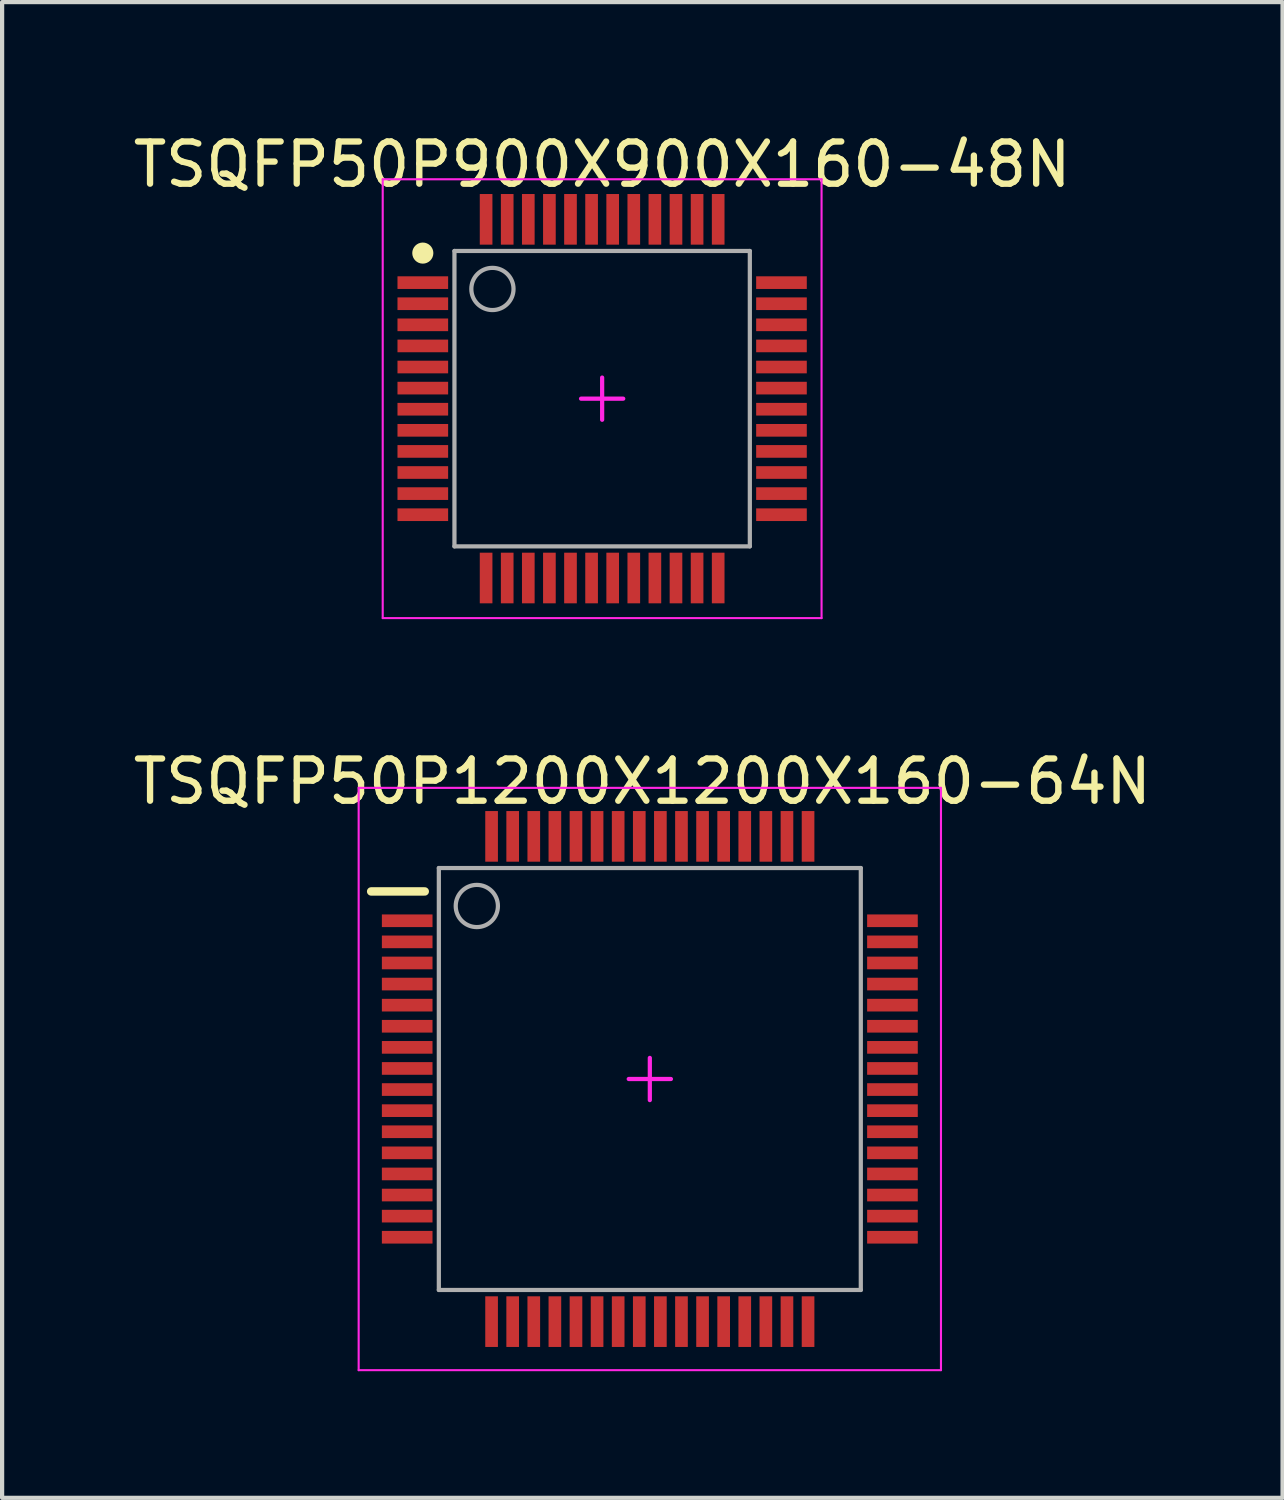
<source format=kicad_pcb>
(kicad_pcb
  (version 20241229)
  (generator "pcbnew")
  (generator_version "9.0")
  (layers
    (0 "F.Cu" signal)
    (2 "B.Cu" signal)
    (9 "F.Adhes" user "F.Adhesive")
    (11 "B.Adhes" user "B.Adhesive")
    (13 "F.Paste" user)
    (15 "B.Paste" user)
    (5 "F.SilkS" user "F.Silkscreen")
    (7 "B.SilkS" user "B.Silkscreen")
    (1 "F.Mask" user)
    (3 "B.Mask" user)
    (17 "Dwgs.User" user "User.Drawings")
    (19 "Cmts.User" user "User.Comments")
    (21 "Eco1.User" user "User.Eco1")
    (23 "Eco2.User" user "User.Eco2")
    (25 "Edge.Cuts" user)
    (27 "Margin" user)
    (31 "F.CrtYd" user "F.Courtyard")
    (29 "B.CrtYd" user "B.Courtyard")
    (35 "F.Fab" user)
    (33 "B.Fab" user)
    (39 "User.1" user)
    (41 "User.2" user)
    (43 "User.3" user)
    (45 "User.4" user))
  (footprint "TSQFP50P1200X1200X160-64N"
    (layer "F.Cu")
    (at 12.35 22.521)
    (property "Reference" "TSQFP50P1200X1200X160-64N" (at -0.177 -7.05 0) (layer "F.SilkS") (effects (font (size 1 1) (thickness 0.15))))
    (fp_line (start -6.604 -4.445) (end -5.334 -4.445) (stroke (width 0.2) (type solid)) (layer "F.SilkS"))
    (fp_line (start -6.9 -6.9) (end 6.9 -6.9) (stroke (width 0.05) (type solid)) (layer "F.CrtYd"))
    (fp_line (start -6.9 6.9) (end -6.9 -6.9) (stroke (width 0.05) (type solid)) (layer "F.CrtYd"))
    (fp_line (start -6.9 6.9) (end 6.9 6.9) (stroke (width 0.05) (type solid)) (layer "F.CrtYd"))
    (fp_line (start -0.5 0) (end 0.5 0) (stroke (width 0.1) (type solid)) (layer "F.CrtYd"))
    (fp_line (start 0 0.5) (end 0 -0.5) (stroke (width 0.1) (type solid)) (layer "F.CrtYd"))
    (fp_line (start 6.9 6.9) (end 6.9 -6.9) (stroke (width 0.05) (type solid)) (layer "F.CrtYd"))
    (fp_line (start -5 -5) (end 5 -5) (stroke (width 0.1) (type solid)) (layer "F.Fab"))
    (fp_line (start -5 5) (end -5 -5) (stroke (width 0.1) (type solid)) (layer "F.Fab"))
    (fp_line (start -5 5) (end 5 5) (stroke (width 0.1) (type solid)) (layer "F.Fab"))
    (fp_line (start 5 5) (end 5 -5) (stroke (width 0.1) (type solid)) (layer "F.Fab"))
    (fp_circle (center -4.1 -4.1) (end -4.1 -4.6) (stroke (width 0.1) (type solid)) (fill no) (layer "F.Fab"))
    (pad "1" smd rect (at -5.75 -3.75 90) (size 0.3 1.2) (layers "F.Cu" "F.Mask" "F.Paste"))
    (pad "2" smd rect (at -5.75 -3.25 90) (size 0.3 1.2) (layers "F.Cu" "F.Mask" "F.Paste"))
    (pad "3" smd rect (at -5.75 -2.75 90) (size 0.3 1.2) (layers "F.Cu" "F.Mask" "F.Paste"))
    (pad "4" smd rect (at -5.75 -2.25 90) (size 0.3 1.2) (layers "F.Cu" "F.Mask" "F.Paste"))
    (pad "5" smd rect (at -5.75 -1.75 90) (size 0.3 1.2) (layers "F.Cu" "F.Mask" "F.Paste"))
    (pad "6" smd rect (at -5.75 -1.25 90) (size 0.3 1.2) (layers "F.Cu" "F.Mask" "F.Paste"))
    (pad "7" smd rect (at -5.75 -0.75 90) (size 0.3 1.2) (layers "F.Cu" "F.Mask" "F.Paste"))
    (pad "8" smd rect (at -5.75 -0.25 90) (size 0.3 1.2) (layers "F.Cu" "F.Mask" "F.Paste"))
    (pad "9" smd rect (at -5.75 0.25 90) (size 0.3 1.2) (layers "F.Cu" "F.Mask" "F.Paste"))
    (pad "10" smd rect (at -5.75 0.75 90) (size 0.3 1.2) (layers "F.Cu" "F.Mask" "F.Paste"))
    (pad "11" smd rect (at -5.75 1.25 90) (size 0.3 1.2) (layers "F.Cu" "F.Mask" "F.Paste"))
    (pad "12" smd rect (at -5.75 1.75 90) (size 0.3 1.2) (layers "F.Cu" "F.Mask" "F.Paste"))
    (pad "13" smd rect (at -5.75 2.25 90) (size 0.3 1.2) (layers "F.Cu" "F.Mask" "F.Paste"))
    (pad "14" smd rect (at -5.75 2.75 90) (size 0.3 1.2) (layers "F.Cu" "F.Mask" "F.Paste"))
    (pad "15" smd rect (at -5.75 3.25 90) (size 0.3 1.2) (layers "F.Cu" "F.Mask" "F.Paste"))
    (pad "16" smd rect (at -5.75 3.75 90) (size 0.3 1.2) (layers "F.Cu" "F.Mask" "F.Paste"))
    (pad "17" smd rect (at -3.75 5.75) (size 0.3 1.2) (layers "F.Cu" "F.Mask" "F.Paste"))
    (pad "18" smd rect (at -3.25 5.75) (size 0.3 1.2) (layers "F.Cu" "F.Mask" "F.Paste"))
    (pad "19" smd rect (at -2.75 5.75) (size 0.3 1.2) (layers "F.Cu" "F.Mask" "F.Paste"))
    (pad "20" smd rect (at -2.25 5.75) (size 0.3 1.2) (layers "F.Cu" "F.Mask" "F.Paste"))
    (pad "21" smd rect (at -1.75 5.75) (size 0.3 1.2) (layers "F.Cu" "F.Mask" "F.Paste"))
    (pad "22" smd rect (at -1.25 5.75) (size 0.3 1.2) (layers "F.Cu" "F.Mask" "F.Paste"))
    (pad "23" smd rect (at -0.75 5.75) (size 0.3 1.2) (layers "F.Cu" "F.Mask" "F.Paste"))
    (pad "24" smd rect (at -0.25 5.75) (size 0.3 1.2) (layers "F.Cu" "F.Mask" "F.Paste"))
    (pad "25" smd rect (at 0.25 5.75) (size 0.3 1.2) (layers "F.Cu" "F.Mask" "F.Paste"))
    (pad "26" smd rect (at 0.75 5.75) (size 0.3 1.2) (layers "F.Cu" "F.Mask" "F.Paste"))
    (pad "27" smd rect (at 1.25 5.75) (size 0.3 1.2) (layers "F.Cu" "F.Mask" "F.Paste"))
    (pad "28" smd rect (at 1.75 5.75) (size 0.3 1.2) (layers "F.Cu" "F.Mask" "F.Paste"))
    (pad "29" smd rect (at 2.25 5.75) (size 0.3 1.2) (layers "F.Cu" "F.Mask" "F.Paste"))
    (pad "30" smd rect (at 2.75 5.75) (size 0.3 1.2) (layers "F.Cu" "F.Mask" "F.Paste"))
    (pad "31" smd rect (at 3.25 5.75) (size 0.3 1.2) (layers "F.Cu" "F.Mask" "F.Paste"))
    (pad "32" smd rect (at 3.75 5.75) (size 0.3 1.2) (layers "F.Cu" "F.Mask" "F.Paste"))
    (pad "33" smd rect (at 5.75 3.75 90) (size 0.3 1.2) (layers "F.Cu" "F.Mask" "F.Paste"))
    (pad "34" smd rect (at 5.75 3.25 90) (size 0.3 1.2) (layers "F.Cu" "F.Mask" "F.Paste"))
    (pad "35" smd rect (at 5.75 2.75 90) (size 0.3 1.2) (layers "F.Cu" "F.Mask" "F.Paste"))
    (pad "36" smd rect (at 5.75 2.25 90) (size 0.3 1.2) (layers "F.Cu" "F.Mask" "F.Paste"))
    (pad "37" smd rect (at 5.75 1.75 90) (size 0.3 1.2) (layers "F.Cu" "F.Mask" "F.Paste"))
    (pad "38" smd rect (at 5.75 1.25 90) (size 0.3 1.2) (layers "F.Cu" "F.Mask" "F.Paste"))
    (pad "39" smd rect (at 5.75 0.75 90) (size 0.3 1.2) (layers "F.Cu" "F.Mask" "F.Paste"))
    (pad "40" smd rect (at 5.75 0.25 90) (size 0.3 1.2) (layers "F.Cu" "F.Mask" "F.Paste"))
    (pad "41" smd rect (at 5.75 -0.25 90) (size 0.3 1.2) (layers "F.Cu" "F.Mask" "F.Paste"))
    (pad "42" smd rect (at 5.75 -0.75 90) (size 0.3 1.2) (layers "F.Cu" "F.Mask" "F.Paste"))
    (pad "43" smd rect (at 5.75 -1.25 90) (size 0.3 1.2) (layers "F.Cu" "F.Mask" "F.Paste"))
    (pad "44" smd rect (at 5.75 -1.75 90) (size 0.3 1.2) (layers "F.Cu" "F.Mask" "F.Paste"))
    (pad "45" smd rect (at 5.75 -2.25 90) (size 0.3 1.2) (layers "F.Cu" "F.Mask" "F.Paste"))
    (pad "46" smd rect (at 5.75 -2.75 90) (size 0.3 1.2) (layers "F.Cu" "F.Mask" "F.Paste"))
    (pad "47" smd rect (at 5.75 -3.25 90) (size 0.3 1.2) (layers "F.Cu" "F.Mask" "F.Paste"))
    (pad "48" smd rect (at 5.75 -3.75 90) (size 0.3 1.2) (layers "F.Cu" "F.Mask" "F.Paste"))
    (pad "49" smd rect (at 3.75 -5.75) (size 0.3 1.2) (layers "F.Cu" "F.Mask" "F.Paste"))
    (pad "50" smd rect (at 3.25 -5.75) (size 0.3 1.2) (layers "F.Cu" "F.Mask" "F.Paste"))
    (pad "51" smd rect (at 2.75 -5.75) (size 0.3 1.2) (layers "F.Cu" "F.Mask" "F.Paste"))
    (pad "52" smd rect (at 2.25 -5.75) (size 0.3 1.2) (layers "F.Cu" "F.Mask" "F.Paste"))
    (pad "53" smd rect (at 1.75 -5.75) (size 0.3 1.2) (layers "F.Cu" "F.Mask" "F.Paste"))
    (pad "54" smd rect (at 1.25 -5.75) (size 0.3 1.2) (layers "F.Cu" "F.Mask" "F.Paste"))
    (pad "55" smd rect (at 0.75 -5.75) (size 0.3 1.2) (layers "F.Cu" "F.Mask" "F.Paste"))
    (pad "56" smd rect (at 0.25 -5.75) (size 0.3 1.2) (layers "F.Cu" "F.Mask" "F.Paste"))
    (pad "57" smd rect (at -0.25 -5.75) (size 0.3 1.2) (layers "F.Cu" "F.Mask" "F.Paste"))
    (pad "58" smd rect (at -0.75 -5.75) (size 0.3 1.2) (layers "F.Cu" "F.Mask" "F.Paste"))
    (pad "59" smd rect (at -1.25 -5.75) (size 0.3 1.2) (layers "F.Cu" "F.Mask" "F.Paste"))
    (pad "60" smd rect (at -1.75 -5.75) (size 0.3 1.2) (layers "F.Cu" "F.Mask" "F.Paste"))
    (pad "61" smd rect (at -2.25 -5.75) (size 0.3 1.2) (layers "F.Cu" "F.Mask" "F.Paste"))
    (pad "62" smd rect (at -2.75 -5.75) (size 0.3 1.2) (layers "F.Cu" "F.Mask" "F.Paste"))
    (pad "63" smd rect (at -3.25 -5.75) (size 0.3 1.2) (layers "F.Cu" "F.Mask" "F.Paste"))
    (pad "64" smd rect (at -3.75 -5.75) (size 0.3 1.2) (layers "F.Cu" "F.Mask" "F.Paste")))
  (footprint "TSQFP50P900X900X160-48N"
    (layer "F.Cu")
    (at 11.22 6.398)
    (property "Reference" "TSQFP50P900X900X160-48N" (at 0 -5.55 0) (layer "F.SilkS") (effects (font (size 1 1) (thickness 0.15))))
    (fp_circle (center -4.25 -3.45) (end -4.25 -3.575) (stroke (width 0.25) (type solid)) (fill no) (layer "F.SilkS"))
    (fp_line (start -5.2 -5.2) (end 5.2 -5.2) (stroke (width 0.05) (type solid)) (layer "F.CrtYd"))
    (fp_line (start -5.2 5.2) (end -5.2 -5.2) (stroke (width 0.05) (type solid)) (layer "F.CrtYd"))
    (fp_line (start -5.2 5.2) (end 5.2 5.2) (stroke (width 0.05) (type solid)) (layer "F.CrtYd"))
    (fp_line (start -0.5 0) (end 0.5 0) (stroke (width 0.1) (type solid)) (layer "F.CrtYd"))
    (fp_line (start 0 0.5) (end 0 -0.5) (stroke (width 0.1) (type solid)) (layer "F.CrtYd"))
    (fp_line (start 5.2 5.2) (end 5.2 -5.2) (stroke (width 0.05) (type solid)) (layer "F.CrtYd"))
    (fp_line (start -3.5 -3.5) (end 3.5 -3.5) (stroke (width 0.1) (type solid)) (layer "F.Fab"))
    (fp_line (start -3.5 3.5) (end -3.5 -3.5) (stroke (width 0.1) (type solid)) (layer "F.Fab"))
    (fp_line (start -3.5 3.5) (end 3.5 3.5) (stroke (width 0.1) (type solid)) (layer "F.Fab"))
    (fp_line (start 3.5 3.5) (end 3.5 -3.5) (stroke (width 0.1) (type solid)) (layer "F.Fab"))
    (fp_circle (center -2.6 -2.6) (end -2.6 -3.1) (stroke (width 0.1) (type solid)) (fill no) (layer "F.Fab"))
    (pad "1" smd rect (at -4.25 -2.75 90) (size 0.3 1.2) (layers "F.Cu" "F.Mask" "F.Paste"))
    (pad "2" smd rect (at -4.25 -2.25 90) (size 0.3 1.2) (layers "F.Cu" "F.Mask" "F.Paste"))
    (pad "3" smd rect (at -4.25 -1.75 90) (size 0.3 1.2) (layers "F.Cu" "F.Mask" "F.Paste"))
    (pad "4" smd rect (at -4.25 -1.25 90) (size 0.3 1.2) (layers "F.Cu" "F.Mask" "F.Paste"))
    (pad "5" smd rect (at -4.25 -0.75 90) (size 0.3 1.2) (layers "F.Cu" "F.Mask" "F.Paste"))
    (pad "6" smd rect (at -4.25 -0.25 90) (size 0.3 1.2) (layers "F.Cu" "F.Mask" "F.Paste"))
    (pad "7" smd rect (at -4.25 0.25 90) (size 0.3 1.2) (layers "F.Cu" "F.Mask" "F.Paste"))
    (pad "8" smd rect (at -4.25 0.75 90) (size 0.3 1.2) (layers "F.Cu" "F.Mask" "F.Paste"))
    (pad "9" smd rect (at -4.25 1.25 90) (size 0.3 1.2) (layers "F.Cu" "F.Mask" "F.Paste"))
    (pad "10" smd rect (at -4.25 1.75 90) (size 0.3 1.2) (layers "F.Cu" "F.Mask" "F.Paste"))
    (pad "11" smd rect (at -4.25 2.25 90) (size 0.3 1.2) (layers "F.Cu" "F.Mask" "F.Paste"))
    (pad "12" smd rect (at -4.25 2.75 90) (size 0.3 1.2) (layers "F.Cu" "F.Mask" "F.Paste"))
    (pad "13" smd rect (at -2.75 4.25) (size 0.3 1.2) (layers "F.Cu" "F.Mask" "F.Paste"))
    (pad "14" smd rect (at -2.25 4.25) (size 0.3 1.2) (layers "F.Cu" "F.Mask" "F.Paste"))
    (pad "15" smd rect (at -1.75 4.25) (size 0.3 1.2) (layers "F.Cu" "F.Mask" "F.Paste"))
    (pad "16" smd rect (at -1.25 4.25) (size 0.3 1.2) (layers "F.Cu" "F.Mask" "F.Paste"))
    (pad "17" smd rect (at -0.75 4.25) (size 0.3 1.2) (layers "F.Cu" "F.Mask" "F.Paste"))
    (pad "18" smd rect (at -0.25 4.25) (size 0.3 1.2) (layers "F.Cu" "F.Mask" "F.Paste"))
    (pad "19" smd rect (at 0.25 4.25) (size 0.3 1.2) (layers "F.Cu" "F.Mask" "F.Paste"))
    (pad "20" smd rect (at 0.75 4.25) (size 0.3 1.2) (layers "F.Cu" "F.Mask" "F.Paste"))
    (pad "21" smd rect (at 1.25 4.25) (size 0.3 1.2) (layers "F.Cu" "F.Mask" "F.Paste"))
    (pad "22" smd rect (at 1.75 4.25) (size 0.3 1.2) (layers "F.Cu" "F.Mask" "F.Paste"))
    (pad "23" smd rect (at 2.25 4.25) (size 0.3 1.2) (layers "F.Cu" "F.Mask" "F.Paste"))
    (pad "24" smd rect (at 2.75 4.25) (size 0.3 1.2) (layers "F.Cu" "F.Mask" "F.Paste"))
    (pad "25" smd rect (at 4.25 2.75 90) (size 0.3 1.2) (layers "F.Cu" "F.Mask" "F.Paste"))
    (pad "26" smd rect (at 4.25 2.25 90) (size 0.3 1.2) (layers "F.Cu" "F.Mask" "F.Paste"))
    (pad "27" smd rect (at 4.25 1.75 90) (size 0.3 1.2) (layers "F.Cu" "F.Mask" "F.Paste"))
    (pad "28" smd rect (at 4.25 1.25 90) (size 0.3 1.2) (layers "F.Cu" "F.Mask" "F.Paste"))
    (pad "29" smd rect (at 4.25 0.75 90) (size 0.3 1.2) (layers "F.Cu" "F.Mask" "F.Paste"))
    (pad "30" smd rect (at 4.25 0.25 90) (size 0.3 1.2) (layers "F.Cu" "F.Mask" "F.Paste"))
    (pad "31" smd rect (at 4.25 -0.25 90) (size 0.3 1.2) (layers "F.Cu" "F.Mask" "F.Paste"))
    (pad "32" smd rect (at 4.25 -0.75 90) (size 0.3 1.2) (layers "F.Cu" "F.Mask" "F.Paste"))
    (pad "33" smd rect (at 4.25 -1.25 90) (size 0.3 1.2) (layers "F.Cu" "F.Mask" "F.Paste"))
    (pad "34" smd rect (at 4.25 -1.75 90) (size 0.3 1.2) (layers "F.Cu" "F.Mask" "F.Paste"))
    (pad "35" smd rect (at 4.25 -2.25 90) (size 0.3 1.2) (layers "F.Cu" "F.Mask" "F.Paste"))
    (pad "36" smd rect (at 4.25 -2.75 90) (size 0.3 1.2) (layers "F.Cu" "F.Mask" "F.Paste"))
    (pad "37" smd rect (at 2.75 -4.25) (size 0.3 1.2) (layers "F.Cu" "F.Mask" "F.Paste"))
    (pad "38" smd rect (at 2.25 -4.25) (size 0.3 1.2) (layers "F.Cu" "F.Mask" "F.Paste"))
    (pad "39" smd rect (at 1.75 -4.25) (size 0.3 1.2) (layers "F.Cu" "F.Mask" "F.Paste"))
    (pad "40" smd rect (at 1.25 -4.25) (size 0.3 1.2) (layers "F.Cu" "F.Mask" "F.Paste"))
    (pad "41" smd rect (at 0.75 -4.25) (size 0.3 1.2) (layers "F.Cu" "F.Mask" "F.Paste"))
    (pad "42" smd rect (at 0.25 -4.25) (size 0.3 1.2) (layers "F.Cu" "F.Mask" "F.Paste"))
    (pad "43" smd rect (at -0.25 -4.25) (size 0.3 1.2) (layers "F.Cu" "F.Mask" "F.Paste"))
    (pad "44" smd rect (at -0.75 -4.25) (size 0.3 1.2) (layers "F.Cu" "F.Mask" "F.Paste"))
    (pad "45" smd rect (at -1.25 -4.25) (size 0.3 1.2) (layers "F.Cu" "F.Mask" "F.Paste"))
    (pad "46" smd rect (at -1.75 -4.25) (size 0.3 1.2) (layers "F.Cu" "F.Mask" "F.Paste"))
    (pad "47" smd rect (at -2.25 -4.25) (size 0.3 1.2) (layers "F.Cu" "F.Mask" "F.Paste"))
    (pad "48" smd rect (at -2.75 -4.25) (size 0.3 1.2) (layers "F.Cu" "F.Mask" "F.Paste")))
  (gr_rect
    (start -3 -3)
    (end 27.345 32.447)
    (stroke (width 0.1) (type default))
    (fill no)
    (layer "Edge.Cuts")))
</source>
